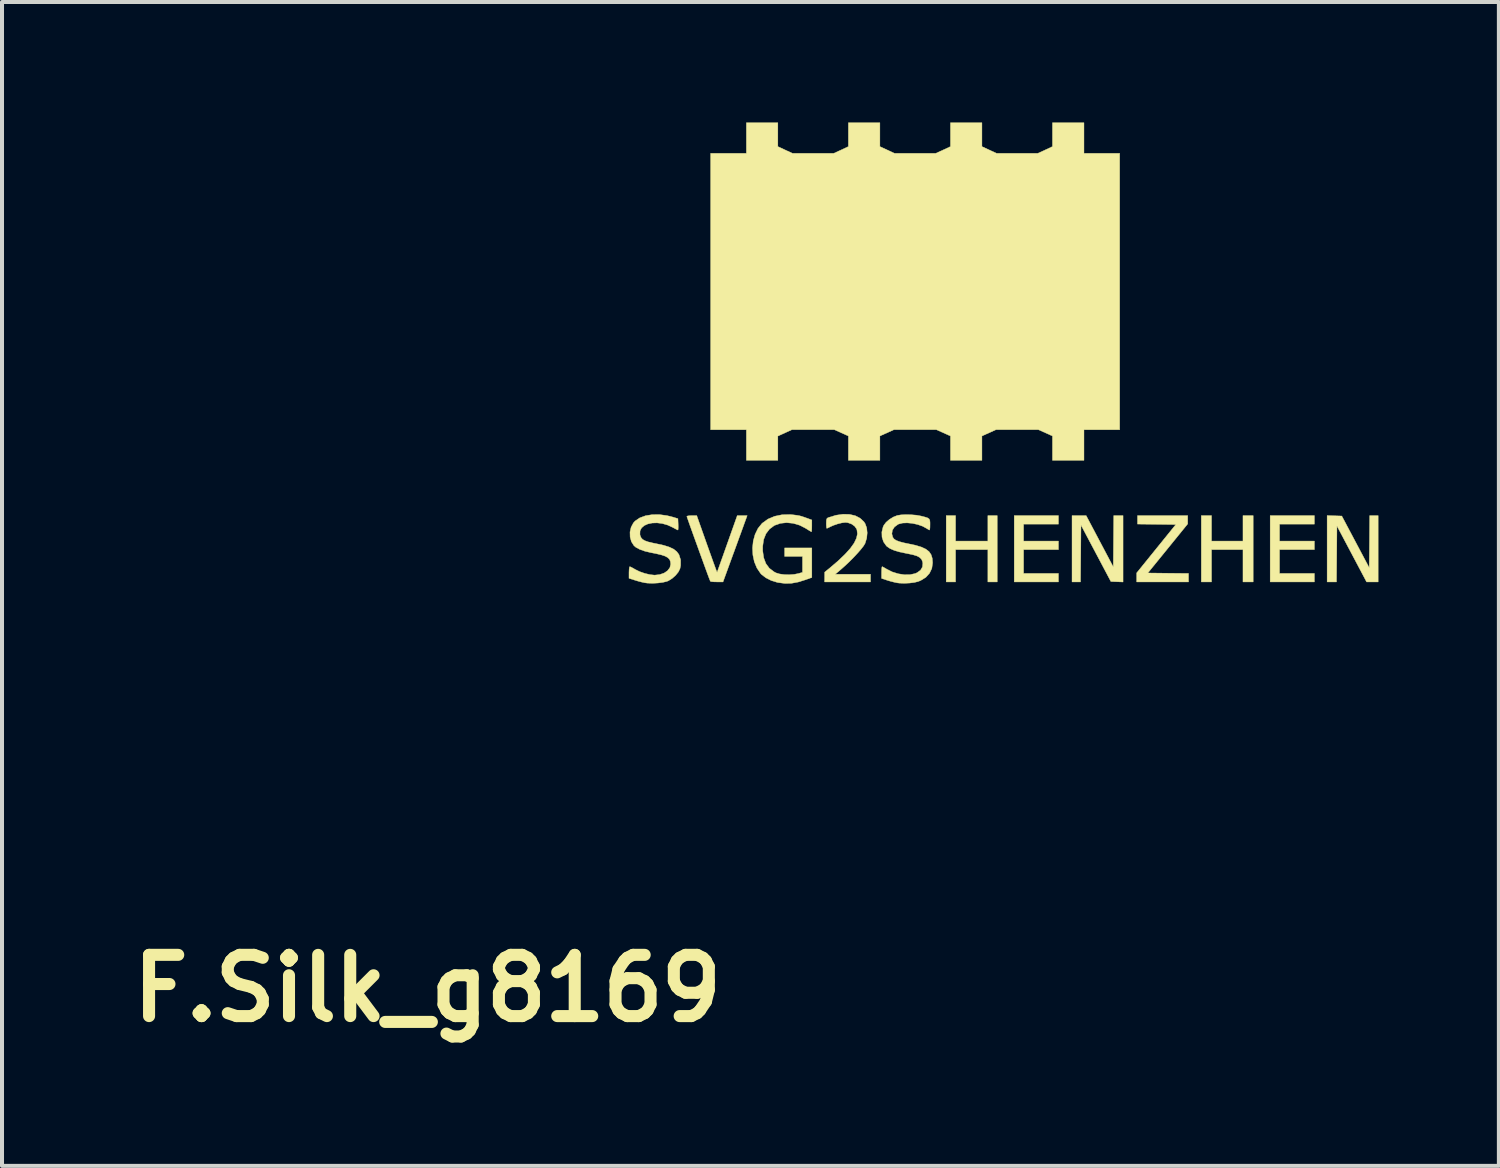
<source format=kicad_pcb>
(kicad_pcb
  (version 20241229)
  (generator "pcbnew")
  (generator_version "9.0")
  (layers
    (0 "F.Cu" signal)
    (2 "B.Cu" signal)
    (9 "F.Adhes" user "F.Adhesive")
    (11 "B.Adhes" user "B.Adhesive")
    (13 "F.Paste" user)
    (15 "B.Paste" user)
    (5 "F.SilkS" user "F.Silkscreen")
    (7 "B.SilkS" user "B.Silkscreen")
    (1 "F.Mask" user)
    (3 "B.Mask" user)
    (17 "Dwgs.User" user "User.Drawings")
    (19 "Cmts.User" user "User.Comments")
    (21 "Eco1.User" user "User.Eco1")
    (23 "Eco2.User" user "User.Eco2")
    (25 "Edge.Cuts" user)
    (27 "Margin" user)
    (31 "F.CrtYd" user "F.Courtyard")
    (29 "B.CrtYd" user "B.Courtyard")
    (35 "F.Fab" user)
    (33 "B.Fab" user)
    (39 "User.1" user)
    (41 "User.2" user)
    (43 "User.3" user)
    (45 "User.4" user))
  (footprint "F.Silk_g8169"
    (layer "F.Cu")
    (at 7.591 21.553)
    (property "Reference" "F.Silk_g8169" (at 0 0 0) (layer "F.SilkS") (effects (font (size 1.524 1.524) (thickness 0.3))))
    (attr through_hole)
    (fp_poly (pts (xy 13.145 -11.134) (xy 13.949 -11.134) (xy 13.949 -11.769) (xy 14.182 -11.769) (xy 14.182 -10.118) (xy 13.949 -10.118) (xy 13.949 -10.922) (xy 13.145 -10.922) (xy 13.145 -10.118) (xy 12.912 -10.118) (xy 12.912 -11.769) (xy 13.145 -11.769) (xy 13.145 -11.134)) (stroke (width 0.01) (type solid)) (fill yes) (layer "F.SilkS"))
    (fp_poly (pts (xy 15.706 -11.557) (xy 14.838 -11.557) (xy 14.838 -11.134) (xy 15.706 -11.134) (xy 15.706 -10.922) (xy 14.838 -10.922) (xy 14.838 -10.329) (xy 15.706 -10.329) (xy 15.706 -10.118) (xy 14.605 -10.118) (xy 14.605 -11.769) (xy 15.706 -11.769) (xy 15.706 -11.557)) (stroke (width 0.01) (type solid)) (fill yes) (layer "F.SilkS"))
    (fp_poly (pts (xy 19.516 -11.134) (xy 20.299 -11.134) (xy 20.299 -11.769) (xy 20.553 -11.769) (xy 20.553 -10.118) (xy 20.299 -10.118) (xy 20.299 -10.922) (xy 19.516 -10.922) (xy 19.516 -10.118) (xy 19.262 -10.118) (xy 19.262 -11.769) (xy 19.516 -11.769) (xy 19.516 -11.134)) (stroke (width 0.01) (type solid)) (fill yes) (layer "F.SilkS"))
    (fp_poly (pts (xy 22.077 -11.557) (xy 21.209 -11.557) (xy 21.209 -11.134) (xy 22.077 -11.134) (xy 22.077 -10.922) (xy 21.209 -10.922) (xy 21.209 -10.329) (xy 22.077 -10.329) (xy 22.077 -10.118) (xy 20.976 -10.118) (xy 20.976 -11.769) (xy 22.077 -11.769) (xy 22.077 -11.557)) (stroke (width 0.01) (type solid)) (fill yes) (layer "F.SilkS"))
    (fp_poly (pts (xy 22.759 -11.758) (xy 23.442 -10.47) (xy 23.448 -11.12) (xy 23.453 -11.769) (xy 23.664 -11.769) (xy 23.664 -10.118) (xy 23.376 -10.118) (xy 23.007 -10.815) (xy 22.638 -11.512) (xy 22.627 -10.118) (xy 22.394 -10.118) (xy 22.394 -11.77) (xy 22.759 -11.758)) (stroke (width 0.01) (type solid)) (fill yes) (layer "F.SilkS"))
    (fp_poly (pts (xy 16.733 -11.13) (xy 17.071 -10.491) (xy 17.082 -11.769) (xy 17.314 -11.769) (xy 17.314 -10.116) (xy 17.163 -10.122) (xy 17.011 -10.128) (xy 16.639 -10.831) (xy 16.267 -11.533) (xy 16.261 -10.825) (xy 16.255 -10.118) (xy 16.044 -10.118) (xy 16.044 -11.769) (xy 16.395 -11.769) (xy 16.733 -11.13)) (stroke (width 0.01) (type solid)) (fill yes) (layer "F.SilkS"))
    (fp_poly (pts (xy 18.923 -11.562) (xy 18.427 -10.951) (xy 17.93 -10.34) (xy 18.437 -10.334) (xy 18.944 -10.329) (xy 18.944 -10.118) (xy 17.653 -10.118) (xy 17.653 -10.342) (xy 18.14 -10.944) (xy 18.627 -11.546) (xy 18.151 -11.552) (xy 17.674 -11.558) (xy 17.674 -11.769) (xy 18.923 -11.769) (xy 18.923 -11.562)) (stroke (width 0.01) (type solid)) (fill yes) (layer "F.SilkS"))
    (fp_poly (pts (xy 6.953 -11.06) (xy 7.011 -10.897) (xy 7.065 -10.747) (xy 7.112 -10.615) (xy 7.152 -10.505) (xy 7.182 -10.423) (xy 7.202 -10.372) (xy 7.208 -10.356) (xy 7.216 -10.377) (xy 7.236 -10.432) (xy 7.267 -10.519) (xy 7.307 -10.632) (xy 7.355 -10.766) (xy 7.409 -10.918) (xy 7.461 -11.065) (xy 7.711 -11.769) (xy 7.958 -11.769) (xy 7.898 -11.605) (xy 7.876 -11.544) (xy 7.842 -11.45) (xy 7.798 -11.329) (xy 7.746 -11.187) (xy 7.689 -11.03) (xy 7.629 -10.865) (xy 7.597 -10.779) (xy 7.356 -10.118) (xy 7.204 -10.118) (xy 7.128 -10.12) (xy 7.07 -10.125) (xy 7.041 -10.133) (xy 7.041 -10.134) (xy 7.031 -10.159) (xy 7.008 -10.217) (xy 6.975 -10.305) (xy 6.934 -10.417) (xy 6.886 -10.548) (xy 6.834 -10.692) (xy 6.778 -10.845) (xy 6.722 -11.001) (xy 6.666 -11.155) (xy 6.613 -11.302) (xy 6.565 -11.436) (xy 6.523 -11.553) (xy 6.49 -11.648) (xy 6.467 -11.714) (xy 6.456 -11.747) (xy 6.456 -11.75) (xy 6.475 -11.76) (xy 6.525 -11.767) (xy 6.579 -11.769) (xy 6.702 -11.769) (xy 6.953 -11.06)) (stroke (width 0.01) (type solid)) (fill yes) (layer "F.SilkS"))
    (fp_poly (pts (xy 10.505 -11.799) (xy 10.648 -11.766) (xy 10.768 -11.704) (xy 10.863 -11.616) (xy 10.895 -11.567) (xy 10.933 -11.463) (xy 10.945 -11.339) (xy 10.933 -11.209) (xy 10.895 -11.085) (xy 10.89 -11.072) (xy 10.851 -11.009) (xy 10.785 -10.925) (xy 10.698 -10.826) (xy 10.596 -10.717) (xy 10.483 -10.604) (xy 10.365 -10.495) (xy 10.266 -10.408) (xy 10.149 -10.309) (xy 10.589 -10.309) (xy 11.028 -10.308) (xy 11.028 -10.118) (xy 9.885 -10.118) (xy 9.886 -10.239) (xy 9.887 -10.361) (xy 10.017 -10.467) (xy 10.224 -10.644) (xy 10.393 -10.806) (xy 10.525 -10.952) (xy 10.62 -11.085) (xy 10.678 -11.206) (xy 10.702 -11.314) (xy 10.69 -11.412) (xy 10.681 -11.438) (xy 10.632 -11.506) (xy 10.555 -11.56) (xy 10.462 -11.593) (xy 10.403 -11.599) (xy 10.317 -11.589) (xy 10.211 -11.563) (xy 10.104 -11.526) (xy 10.039 -11.497) (xy 9.984 -11.47) (xy 9.947 -11.453) (xy 9.939 -11.451) (xy 9.933 -11.47) (xy 9.928 -11.52) (xy 9.927 -11.576) (xy 9.929 -11.646) (xy 9.937 -11.686) (xy 9.955 -11.708) (xy 9.985 -11.722) (xy 10.169 -11.778) (xy 10.344 -11.803) (xy 10.505 -11.799)) (stroke (width 0.01) (type solid)) (fill yes) (layer "F.SilkS"))
    (fp_poly (pts (xy 8.721 -20.955) (xy 8.904 -20.87) (xy 9.086 -20.786) (xy 10.112 -20.786) (xy 10.295 -20.87) (xy 10.477 -20.955) (xy 10.477 -21.548) (xy 11.261 -21.548) (xy 11.261 -20.955) (xy 11.444 -20.87) (xy 11.626 -20.786) (xy 12.652 -20.786) (xy 12.835 -20.87) (xy 13.018 -20.955) (xy 13.018 -21.548) (xy 13.801 -21.548) (xy 13.801 -20.955) (xy 13.984 -20.87) (xy 14.166 -20.786) (xy 15.192 -20.786) (xy 15.375 -20.87) (xy 15.557 -20.955) (xy 15.557 -21.548) (xy 16.341 -21.548) (xy 16.341 -20.786) (xy 17.23 -20.786) (xy 17.23 -13.906) (xy 16.341 -13.906) (xy 16.341 -13.145) (xy 15.557 -13.145) (xy 15.557 -13.75) (xy 15.208 -13.907) (xy 14.15 -13.907) (xy 13.801 -13.75) (xy 13.801 -13.145) (xy 13.018 -13.145) (xy 13.018 -13.75) (xy 12.668 -13.907) (xy 11.61 -13.907) (xy 11.261 -13.75) (xy 11.261 -13.145) (xy 10.477 -13.145) (xy 10.477 -13.75) (xy 10.128 -13.907) (xy 9.599 -13.907) (xy 9.07 -13.907) (xy 8.721 -13.748) (xy 8.721 -13.145) (xy 7.938 -13.145) (xy 7.938 -13.906) (xy 7.048 -13.906) (xy 7.048 -20.786) (xy 7.938 -20.786) (xy 7.938 -21.548) (xy 8.721 -21.548) (xy 8.721 -20.955)) (stroke (width 0.01) (type solid)) (fill yes) (layer "F.SilkS"))
    (fp_poly (pts (xy 9.11 -11.787) (xy 9.195 -11.776) (xy 9.259 -11.765) (xy 9.318 -11.749) (xy 9.389 -11.725) (xy 9.456 -11.701) (xy 9.567 -11.66) (xy 9.567 -11.513) (xy 9.566 -11.441) (xy 9.563 -11.388) (xy 9.558 -11.367) (xy 9.557 -11.367) (xy 9.536 -11.377) (xy 9.489 -11.405) (xy 9.426 -11.445) (xy 9.418 -11.45) (xy 9.265 -11.529) (xy 9.102 -11.577) (xy 8.938 -11.593) (xy 8.782 -11.576) (xy 8.641 -11.526) (xy 8.631 -11.521) (xy 8.513 -11.433) (xy 8.425 -11.317) (xy 8.368 -11.174) (xy 8.344 -11.005) (xy 8.344 -10.892) (xy 8.369 -10.719) (xy 8.423 -10.575) (xy 8.508 -10.459) (xy 8.625 -10.37) (xy 8.678 -10.342) (xy 8.766 -10.316) (xy 8.88 -10.3) (xy 9.006 -10.297) (xy 9.13 -10.306) (xy 9.234 -10.327) (xy 9.335 -10.356) (xy 9.335 -10.753) (xy 8.89 -10.753) (xy 8.89 -10.964) (xy 9.567 -10.964) (xy 9.567 -10.228) (xy 9.414 -10.173) (xy 9.228 -10.115) (xy 9.061 -10.084) (xy 8.901 -10.08) (xy 8.738 -10.101) (xy 8.705 -10.107) (xy 8.559 -10.152) (xy 8.426 -10.219) (xy 8.319 -10.3) (xy 8.293 -10.327) (xy 8.201 -10.462) (xy 8.136 -10.618) (xy 8.1 -10.787) (xy 8.091 -10.963) (xy 8.109 -11.137) (xy 8.155 -11.302) (xy 8.227 -11.45) (xy 8.325 -11.572) (xy 8.335 -11.581) (xy 8.475 -11.682) (xy 8.641 -11.752) (xy 8.827 -11.79) (xy 9.03 -11.795) (xy 9.11 -11.787)) (stroke (width 0.01) (type solid)) (fill yes) (layer "F.SilkS"))
    (fp_poly (pts (xy 5.963 -11.768) (xy 6.107 -11.732) (xy 6.234 -11.693) (xy 6.24 -11.551) (xy 6.241 -11.48) (xy 6.239 -11.429) (xy 6.234 -11.409) (xy 6.234 -11.409) (xy 6.211 -11.418) (xy 6.162 -11.444) (xy 6.109 -11.473) (xy 5.977 -11.534) (xy 5.844 -11.572) (xy 5.714 -11.588) (xy 5.592 -11.584) (xy 5.484 -11.561) (xy 5.394 -11.52) (xy 5.328 -11.462) (xy 5.291 -11.389) (xy 5.288 -11.302) (xy 5.294 -11.273) (xy 5.316 -11.22) (xy 5.353 -11.178) (xy 5.41 -11.144) (xy 5.495 -11.114) (xy 5.612 -11.086) (xy 5.702 -11.068) (xy 5.881 -11.029) (xy 6.022 -10.984) (xy 6.129 -10.933) (xy 6.206 -10.871) (xy 6.259 -10.799) (xy 6.26 -10.796) (xy 6.301 -10.668) (xy 6.301 -10.529) (xy 6.285 -10.448) (xy 6.245 -10.366) (xy 6.176 -10.281) (xy 6.089 -10.204) (xy 5.996 -10.146) (xy 5.958 -10.131) (xy 5.859 -10.107) (xy 5.735 -10.091) (xy 5.602 -10.084) (xy 5.478 -10.088) (xy 5.408 -10.097) (xy 5.331 -10.114) (xy 5.236 -10.139) (xy 5.16 -10.162) (xy 5.016 -10.208) (xy 5.016 -10.353) (xy 5.019 -10.425) (xy 5.025 -10.478) (xy 5.035 -10.499) (xy 5.035 -10.499) (xy 5.062 -10.488) (xy 5.113 -10.462) (xy 5.175 -10.426) (xy 5.281 -10.374) (xy 5.408 -10.33) (xy 5.538 -10.299) (xy 5.652 -10.287) (xy 5.657 -10.287) (xy 5.782 -10.301) (xy 5.891 -10.339) (xy 5.976 -10.397) (xy 6.033 -10.472) (xy 6.054 -10.558) (xy 6.054 -10.561) (xy 6.047 -10.626) (xy 6.025 -10.679) (xy 5.982 -10.723) (xy 5.915 -10.76) (xy 5.818 -10.792) (xy 5.687 -10.823) (xy 5.558 -10.848) (xy 5.411 -10.883) (xy 5.284 -10.928) (xy 5.187 -10.98) (xy 5.139 -11.021) (xy 5.076 -11.12) (xy 5.044 -11.237) (xy 5.041 -11.361) (xy 5.069 -11.481) (xy 5.125 -11.586) (xy 5.168 -11.634) (xy 5.283 -11.712) (xy 5.426 -11.765) (xy 5.592 -11.792) (xy 5.773 -11.794) (xy 5.963 -11.768)) (stroke (width 0.01) (type solid)) (fill yes) (layer "F.SilkS"))
    (fp_poly (pts (xy 12.039 -11.79) (xy 12.171 -11.779) (xy 12.285 -11.758) (xy 12.289 -11.757) (xy 12.386 -11.732) (xy 12.45 -11.711) (xy 12.486 -11.686) (xy 12.504 -11.651) (xy 12.509 -11.598) (xy 12.509 -11.546) (xy 12.508 -11.476) (xy 12.503 -11.427) (xy 12.497 -11.409) (xy 12.473 -11.42) (xy 12.431 -11.446) (xy 12.428 -11.448) (xy 12.326 -11.504) (xy 12.203 -11.547) (xy 12.071 -11.576) (xy 11.94 -11.588) (xy 11.822 -11.583) (xy 11.727 -11.558) (xy 11.712 -11.551) (xy 11.624 -11.486) (xy 11.572 -11.405) (xy 11.559 -11.315) (xy 11.581 -11.231) (xy 11.611 -11.189) (xy 11.663 -11.153) (xy 11.742 -11.122) (xy 11.854 -11.092) (xy 11.97 -11.068) (xy 12.152 -11.029) (xy 12.296 -10.985) (xy 12.405 -10.934) (xy 12.484 -10.873) (xy 12.535 -10.799) (xy 12.564 -10.708) (xy 12.573 -10.599) (xy 12.573 -10.592) (xy 12.554 -10.454) (xy 12.496 -10.333) (xy 12.404 -10.232) (xy 12.277 -10.154) (xy 12.213 -10.128) (xy 12.119 -10.105) (xy 12 -10.09) (xy 11.871 -10.084) (xy 11.748 -10.088) (xy 11.692 -10.095) (xy 11.613 -10.112) (xy 11.517 -10.137) (xy 11.443 -10.159) (xy 11.303 -10.206) (xy 11.303 -10.352) (xy 11.305 -10.425) (xy 11.31 -10.477) (xy 11.317 -10.499) (xy 11.317 -10.499) (xy 11.341 -10.488) (xy 11.389 -10.461) (xy 11.428 -10.438) (xy 11.566 -10.368) (xy 11.716 -10.321) (xy 11.869 -10.297) (xy 12.014 -10.299) (xy 12.141 -10.327) (xy 12.188 -10.348) (xy 12.274 -10.411) (xy 12.321 -10.491) (xy 12.33 -10.584) (xy 12.32 -10.63) (xy 12.295 -10.685) (xy 12.251 -10.728) (xy 12.184 -10.764) (xy 12.087 -10.794) (xy 11.954 -10.822) (xy 11.927 -10.827) (xy 11.754 -10.863) (xy 11.618 -10.903) (xy 11.513 -10.949) (xy 11.435 -11.003) (xy 11.422 -11.016) (xy 11.352 -11.115) (xy 11.314 -11.232) (xy 11.31 -11.359) (xy 11.34 -11.485) (xy 11.361 -11.53) (xy 11.415 -11.601) (xy 11.497 -11.672) (xy 11.594 -11.732) (xy 11.691 -11.771) (xy 11.785 -11.787) (xy 11.906 -11.793) (xy 12.039 -11.79)) (stroke (width 0.01) (type solid)) (fill yes) (layer "F.SilkS")))
  (gr_rect
    (start -3 -3)
    (end 34.26 25.971)
    (stroke (width 0.1) (type default))
    (fill no)
    (layer "Edge.Cuts")))
</source>
